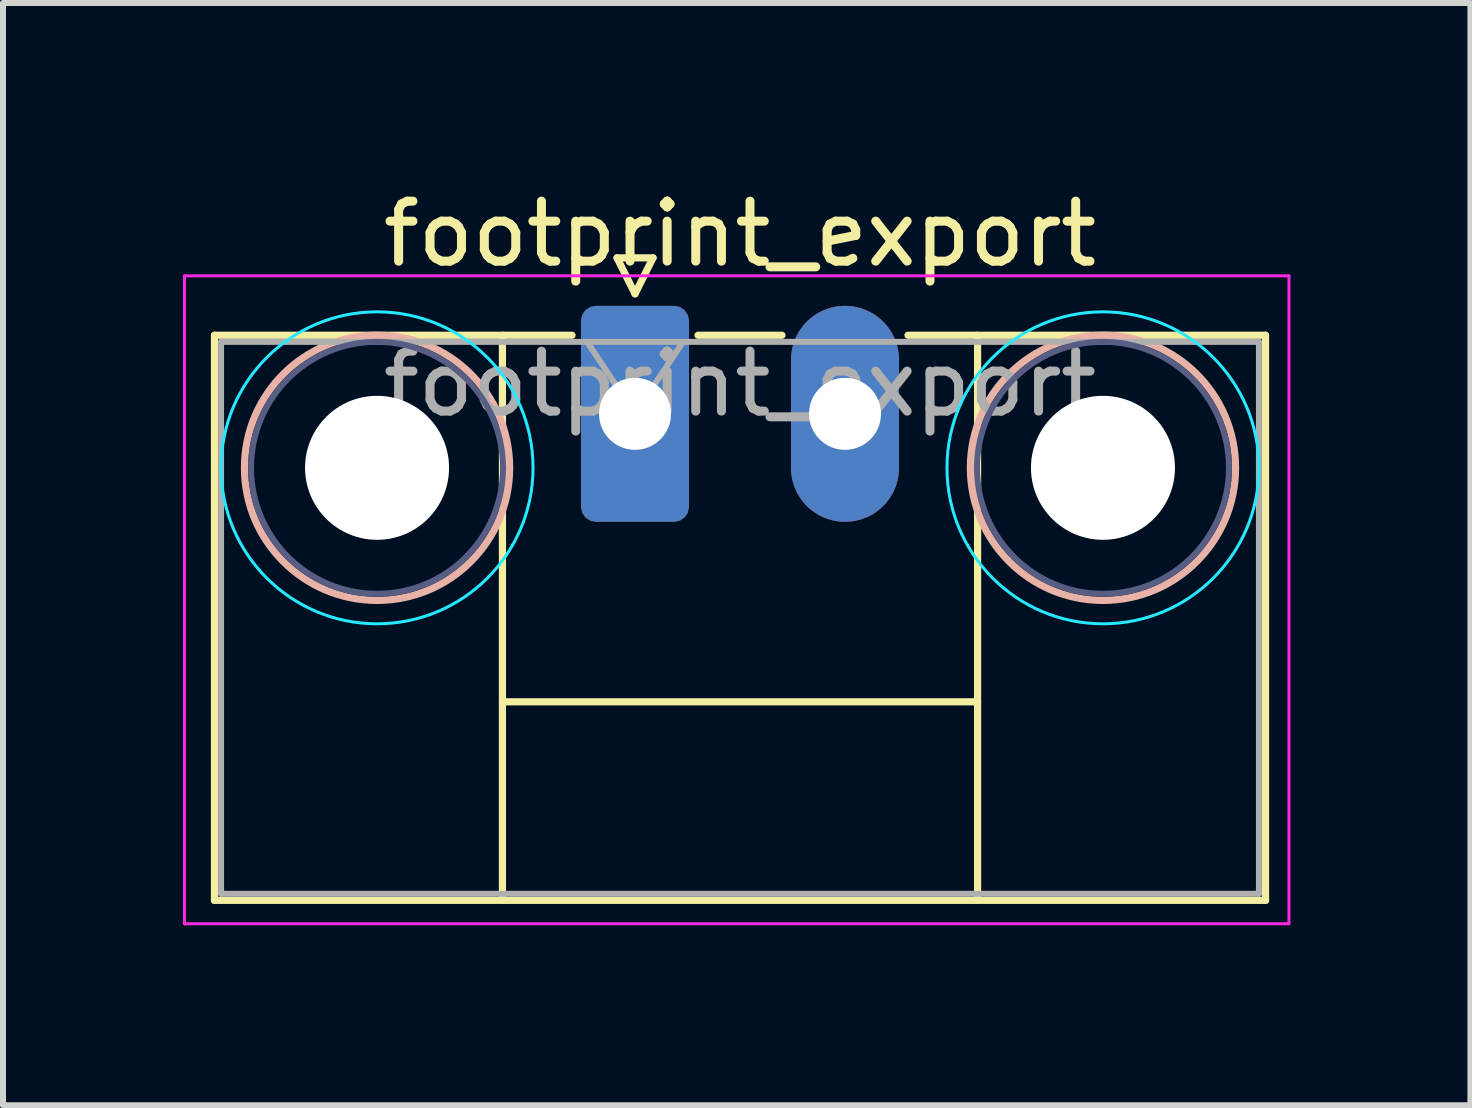
<source format=kicad_pcb>
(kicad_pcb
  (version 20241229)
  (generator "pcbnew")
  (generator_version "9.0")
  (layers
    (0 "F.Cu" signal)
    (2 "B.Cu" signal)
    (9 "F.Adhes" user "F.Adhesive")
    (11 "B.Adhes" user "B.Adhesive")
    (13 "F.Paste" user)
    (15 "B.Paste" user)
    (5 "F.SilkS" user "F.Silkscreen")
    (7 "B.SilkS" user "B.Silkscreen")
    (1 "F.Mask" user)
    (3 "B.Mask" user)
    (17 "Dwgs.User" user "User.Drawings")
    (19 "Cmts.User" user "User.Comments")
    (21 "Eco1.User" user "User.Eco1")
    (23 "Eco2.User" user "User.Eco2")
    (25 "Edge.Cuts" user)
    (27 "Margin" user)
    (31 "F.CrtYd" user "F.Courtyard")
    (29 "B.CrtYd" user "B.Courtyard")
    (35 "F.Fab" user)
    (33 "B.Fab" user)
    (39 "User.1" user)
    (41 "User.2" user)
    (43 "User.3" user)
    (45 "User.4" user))
  (footprint "footprint_export"
    (layer "F.Cu")
    (at 7.535 3.848)
    (property "Reference" "footprint_export" (at 1.75 -3 0) (layer "F.SilkS") (effects (font (size 1 1) (thickness 0.15))))
    (attr through_hole)
    (fp_line (start -7.01 -1.31) (end -7.01 8.11) (stroke (width 0.12) (type solid)) (layer "F.SilkS"))
    (fp_line (start -7.01 -1.31) (end -1.05 -1.31) (stroke (width 0.12) (type solid)) (layer "F.SilkS"))
    (fp_line (start -7.01 8.11) (end 10.51 8.11) (stroke (width 0.12) (type solid)) (layer "F.SilkS"))
    (fp_line (start -2.21 -1.31) (end -2.21 8.11) (stroke (width 0.12) (type solid)) (layer "F.SilkS"))
    (fp_line (start -2.21 4.8) (end 5.71 4.8) (stroke (width 0.12) (type solid)) (layer "F.SilkS"))
    (fp_line (start -0.3 -2.6) (end 0.3 -2.6) (stroke (width 0.12) (type solid)) (layer "F.SilkS"))
    (fp_line (start 0 -2) (end -0.3 -2.6) (stroke (width 0.12) (type solid)) (layer "F.SilkS"))
    (fp_line (start 0.3 -2.6) (end 0 -2) (stroke (width 0.12) (type solid)) (layer "F.SilkS"))
    (fp_line (start 1.05 -1.31) (end 2.45 -1.31) (stroke (width 0.12) (type solid)) (layer "F.SilkS"))
    (fp_line (start 5.71 -1.31) (end 5.71 8.11) (stroke (width 0.12) (type solid)) (layer "F.SilkS"))
    (fp_line (start 10.51 -1.31) (end 4.55 -1.31) (stroke (width 0.12) (type solid)) (layer "F.SilkS"))
    (fp_line (start 10.51 8.11) (end 10.51 -1.31) (stroke (width 0.12) (type solid)) (layer "F.SilkS"))
    (fp_circle (center -4.3 0.9) (end -2.09 0.9) (stroke (width 0.12) (type solid)) (fill no) (layer "B.SilkS"))
    (fp_circle (center 7.8 0.9) (end 10.01 0.9) (stroke (width 0.12) (type solid)) (fill no) (layer "B.SilkS"))
    (fp_circle (center -4.3 0.9) (end -1.7 0.9) (stroke (width 0.05) (type solid)) (fill no) (layer "B.CrtYd"))
    (fp_circle (center 7.8 0.9) (end 10.4 0.9) (stroke (width 0.05) (type solid)) (fill no) (layer "B.CrtYd"))
    (fp_line (start -7.51 -2.3) (end -7.51 8.5) (stroke (width 0.05) (type solid)) (layer "F.CrtYd"))
    (fp_line (start -7.51 8.5) (end 10.9 8.5) (stroke (width 0.05) (type solid)) (layer "F.CrtYd"))
    (fp_line (start 10.9 -2.3) (end -7.51 -2.3) (stroke (width 0.05) (type solid)) (layer "F.CrtYd"))
    (fp_line (start 10.9 8.5) (end 10.9 -2.3) (stroke (width 0.05) (type solid)) (layer "F.CrtYd"))
    (fp_circle (center -4.3 0.9) (end -2.2 0.9) (stroke (width 0.1) (type solid)) (fill no) (layer "B.Fab"))
    (fp_circle (center 7.8 0.9) (end 9.9 0.9) (stroke (width 0.1) (type solid)) (fill no) (layer "B.Fab"))
    (fp_line (start -6.9 -1.2) (end -6.9 8) (stroke (width 0.1) (type solid)) (layer "F.Fab"))
    (fp_line (start -6.9 8) (end 10.4 8) (stroke (width 0.1) (type solid)) (layer "F.Fab"))
    (fp_line (start 0 0) (end -0.8 -1.2) (stroke (width 0.1) (type solid)) (layer "F.Fab"))
    (fp_line (start 0.8 -1.2) (end 0 0) (stroke (width 0.1) (type solid)) (layer "F.Fab"))
    (fp_line (start 10.4 -1.2) (end -6.9 -1.2) (stroke (width 0.1) (type solid)) (layer "F.Fab"))
    (fp_line (start 10.4 8) (end 10.4 -1.2) (stroke (width 0.1) (type solid)) (layer "F.Fab"))
    (fp_text user "${REFERENCE}" (at 1.75 -0.5 0) (layer "F.Fab") (effects (font (size 1 1) (thickness 0.15))))
    (pad "" np_thru_hole circle (at -4.3 0.9) (size 2.4 2.4) (drill 2.4) (layers "*.Cu" "*.Mask"))
    (pad "" np_thru_hole circle (at 7.8 0.9) (size 2.4 2.4) (drill 2.4) (layers "*.Cu" "*.Mask"))
    (pad "1" thru_hole roundrect (at 0 0) (size 1.8 3.6) (drill 1.2) (layers "*.Cu" "*.Mask") (roundrect_rratio 0.139))
    (pad "2" thru_hole oval (at 3.5 0) (size 1.8 3.6) (drill 1.2) (layers "*.Cu" "*.Mask")))
  (gr_rect
    (start -3 -3)
    (end 21.46 15.373)
    (stroke (width 0.1) (type default))
    (fill no)
    (layer "Edge.Cuts")))
</source>
